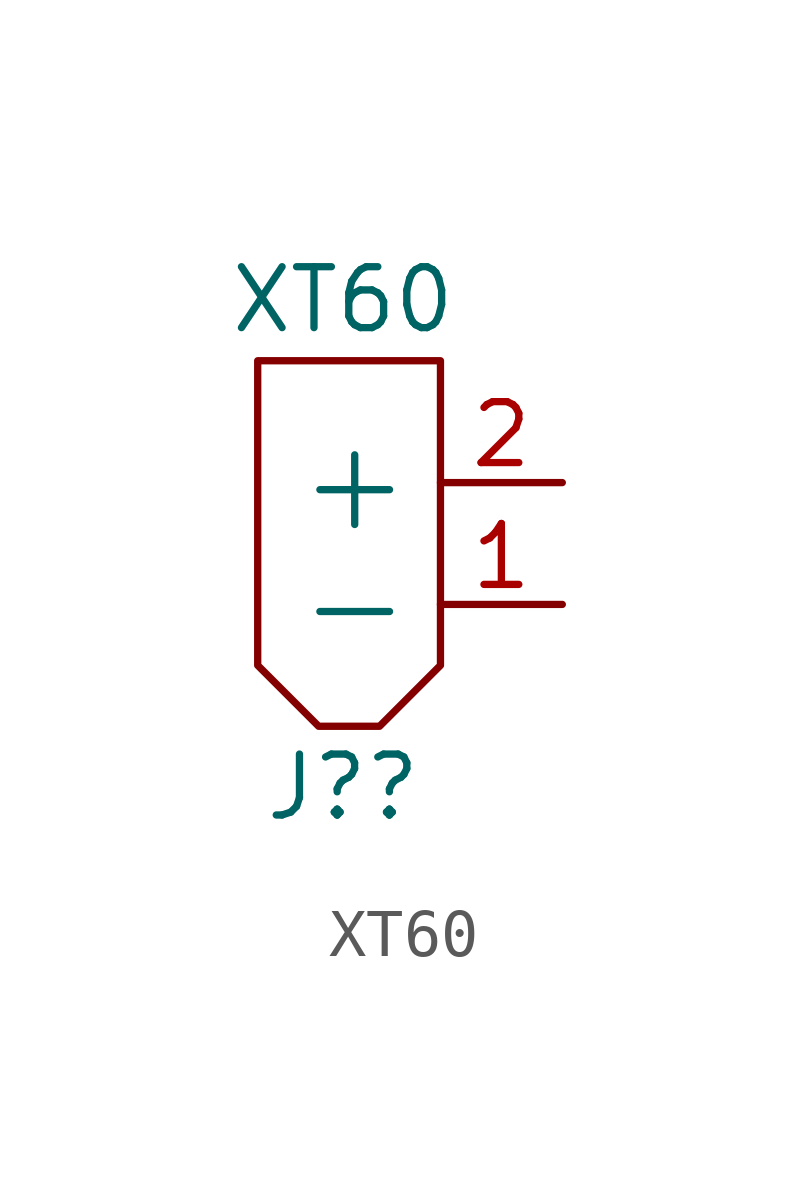
<source format=kicad_sym>
(kicad_symbol_lib
  (version 20241209)
  (generator "kicad_symbol_editor")
  (generator_version "9.0")
  (symbol "XT60"
    (property "Reference" "J?"
      (at 1.778 -8.89 0)
      (effects (font (size 1.27 1.27))))
    (property "Value" "XT60"
      (at 1.778 1.27 0)
      (effects (font (size 1.27 1.27))))
    (symbol "XT60_0_1"
      (polyline (pts (xy 2.54 0) (xy 0 0) (xy 0 -6.35) (xy 1.27 -7.62) (xy 2.54 -7.62) (xy 3.81 -6.35) (xy 3.81 0) (xy 2.54 0)) (stroke (width 0) (type default)) (fill (type none))))
    (symbol "XT60_1_1"
      (pin power_out line (at 6.35 -2.54 180) (length 2.54) (name "+" (effects (font (size 1.905 1.905)))) (number "2" (effects (font (size 1.27 1.27)))))
      (pin power_out line (at 6.35 -5.08 180) (length 2.54) (name "-" (effects (font (size 1.905 1.905)))) (number "1" (effects (font (size 1.27 1.27))))))))
</source>
